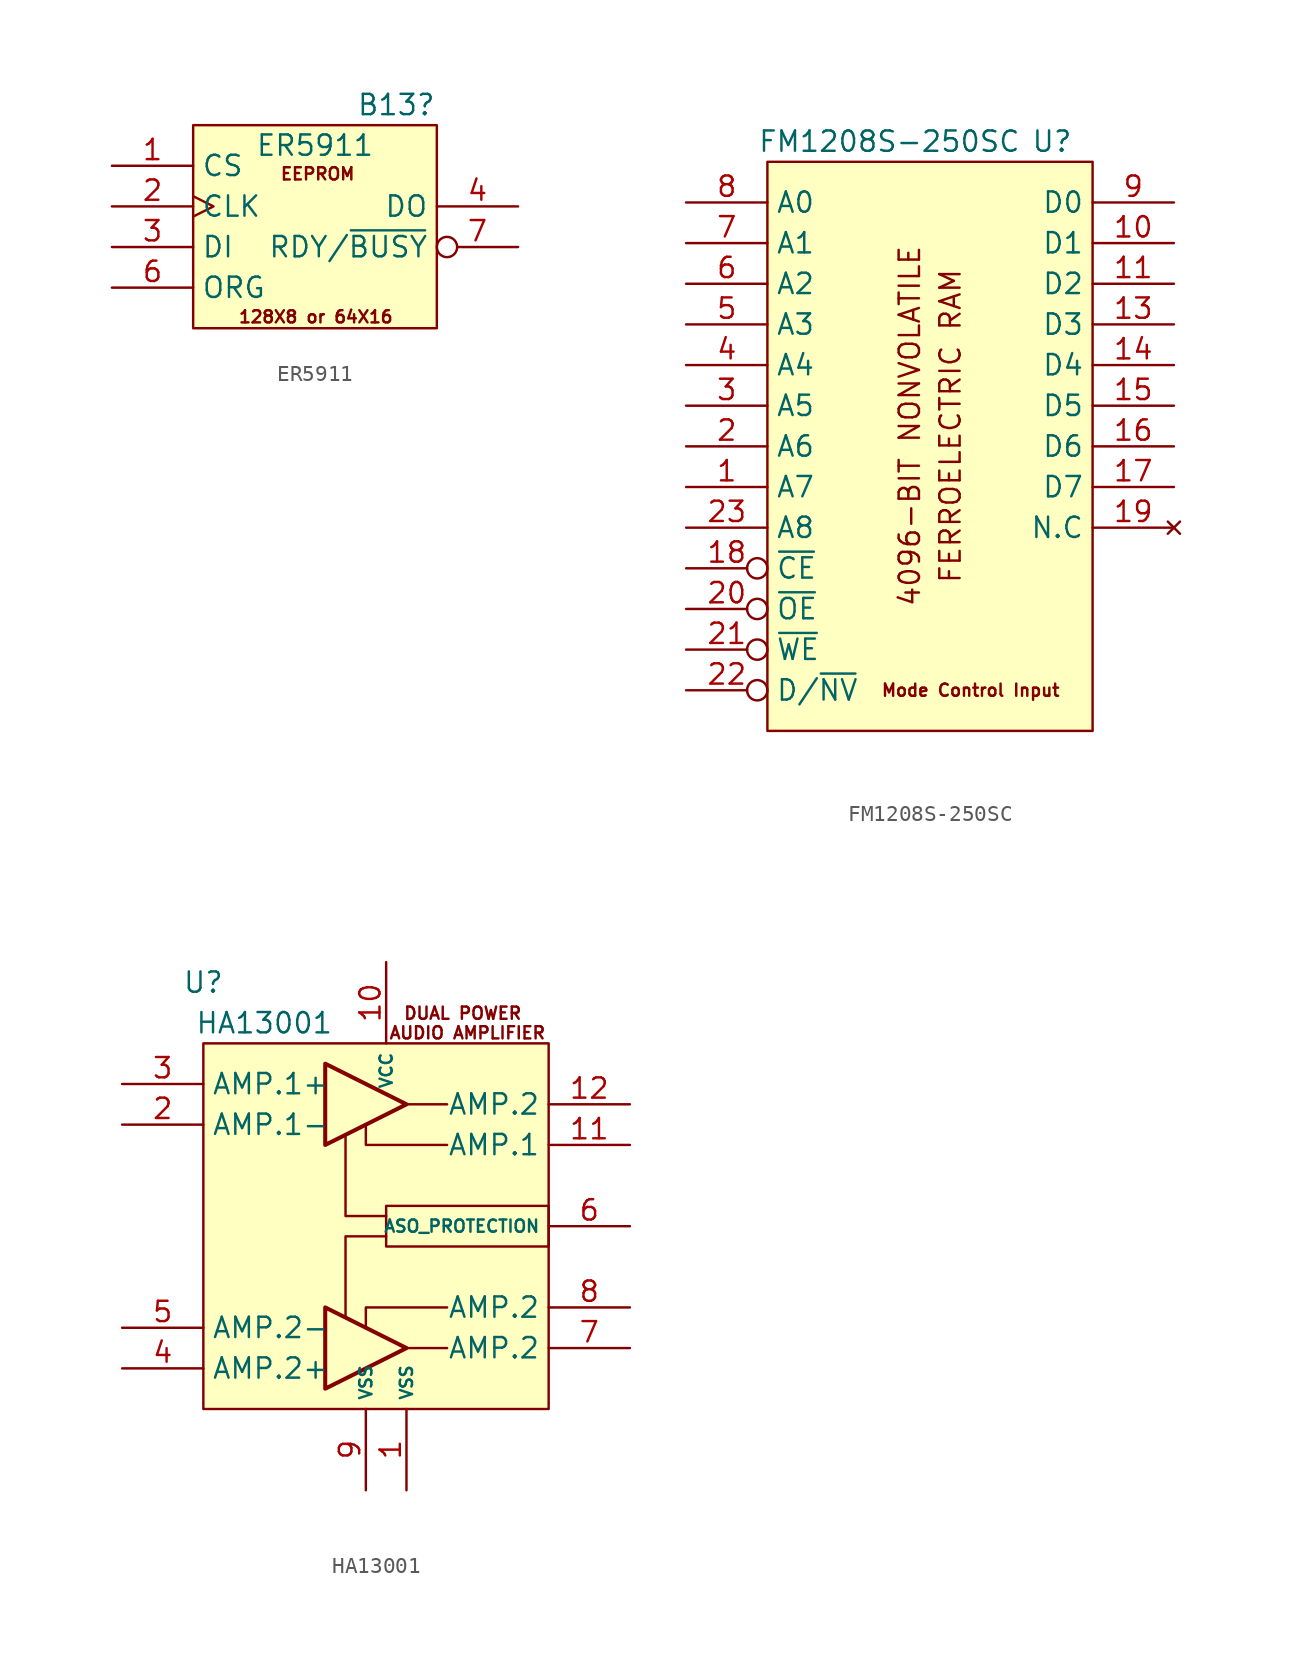
<source format=kicad_sym>
(kicad_symbol_lib
  (version 20231120)
  (generator "kicad_symbol_editor")
  (generator_version "8.0")
  (symbol "ER5911"
    (property "Reference" "B13"
      (at 5.08 7.62 0)
      (effects (font (size 1.27 1.27))))
    (property "Value" "ER5911"
      (at 0 5.08 0)
      (effects (font (size 1.27 1.27))))
    (symbol "ER5911_0_0"
      (text "128X8 or 64X16" (at 0.051 -5.639 0) (effects (font (size 0.762 0.762))))
      (text "EEPROM " (at 0.457 3.302 0) (effects (font (size 0.762 0.762)))))
    (symbol "ER5911_0_1"
      (rectangle (start -7.62 6.35) (end 7.62 -6.35) (stroke (width 0.152) (type default)) (fill (type background))))
    (symbol "ER5911_1_1"
      (pin input line (at -12.7 3.81 0) (length 5.08) (name "CS" (effects (font (size 1.27 1.27)))) (number "1" (effects (font (size 1.27 1.27)))))
      (pin input clock (at -12.7 1.27 0) (length 5.08) (name "CLK" (effects (font (size 1.27 1.27)))) (number "2" (effects (font (size 1.27 1.27)))))
      (pin input line (at -12.7 -1.27 0) (length 5.08) (name "DI" (effects (font (size 1.27 1.27)))) (number "3" (effects (font (size 1.27 1.27)))))
      (pin tri_state line (at 12.7 1.27 180) (length 5.08) (name "DO" (effects (font (size 1.27 1.27)))) (number "4" (effects (font (size 1.27 1.27)))))
      (pin power_in line (at 0 -6.35 90) (length 5.08) hide (name "VSS" (effects (font (size 1.27 1.27)))) (number "5" (effects (font (size 1.27 1.27)))))
      (pin input line (at -12.7 -3.81 0) (length 5.08) (name "ORG" (effects (font (size 1.27 1.27)))) (number "6" (effects (font (size 1.27 1.27)))))
      (pin output inverted (at 12.7 -1.27 180) (length 5.08) (name "RDY/~{BUSY}" (effects (font (size 1.27 1.27)))) (number "7" (effects (font (size 1.27 1.27)))))
      (pin power_in line (at 0 6.35 270) (length 5.08) hide (name "VCC" (effects (font (size 1.27 1.27)))) (number "8" (effects (font (size 1.27 1.27)))))))
  (symbol "FM1208S-250SC"
    (property "Reference" "U"
      (at 7.62 19.05 0)
      (effects (font (size 1.27 1.27))))
    (property "Value" "FM1208S-250SC"
      (at -2.54 19.05 0)
      (effects (font (size 1.27 1.27))))
    (symbol "FM1208S-250SC_0_0"
      (rectangle (start -10.16 17.78) (end 10.16 -17.78) (stroke (width 0.152) (type default)) (fill (type background)))
      (text "4096-BIT NONVOLATILE" (at -1.27 1.27 900) (effects (font (size 1.27 1.27))))
      (text "FERROELECTRIC RAM" (at 1.27 1.27 900) (effects (font (size 1.27 1.27))))
      (text "Mode Control Input" (at 2.54 -15.24 0) (effects (font (size 0.762 0.762)))))
    (symbol "FM1208S-250SC_1_1"
      (pin input line (at -15.24 -2.54 0) (length 5.08) (name "A7" (effects (font (size 1.27 1.27)))) (number "1" (effects (font (size 1.27 1.27)))))
      (pin tri_state line (at 15.24 12.7 180) (length 5.08) (name "D1" (effects (font (size 1.27 1.27)))) (number "10" (effects (font (size 1.27 1.27)))))
      (pin tri_state line (at 15.24 10.16 180) (length 5.08) (name "D2" (effects (font (size 1.27 1.27)))) (number "11" (effects (font (size 1.27 1.27)))))
      (pin power_in line (at 0 -17.78 90) (length 5.08) hide (name "VSS" (effects (font (size 1.27 1.27)))) (number "12" (effects (font (size 1.27 1.27)))))
      (pin tri_state line (at 15.24 7.62 180) (length 5.08) (name "D3" (effects (font (size 1.27 1.27)))) (number "13" (effects (font (size 1.27 1.27)))))
      (pin tri_state line (at 15.24 5.08 180) (length 5.08) (name "D4" (effects (font (size 1.27 1.27)))) (number "14" (effects (font (size 1.27 1.27)))))
      (pin tri_state line (at 15.24 2.54 180) (length 5.08) (name "D5" (effects (font (size 1.27 1.27)))) (number "15" (effects (font (size 1.27 1.27)))))
      (pin tri_state line (at 15.24 0 180) (length 5.08) (name "D6" (effects (font (size 1.27 1.27)))) (number "16" (effects (font (size 1.27 1.27)))))
      (pin tri_state line (at 15.24 -2.54 180) (length 5.08) (name "D7" (effects (font (size 1.27 1.27)))) (number "17" (effects (font (size 1.27 1.27)))))
      (pin input inverted (at -15.24 -7.62 0) (length 5.08) (name "~{CE}" (effects (font (size 1.27 1.27)))) (number "18" (effects (font (size 1.27 1.27)))))
      (pin no_connect line (at 15.24 -5.08 180) (length 5.08) (name "N.C" (effects (font (size 1.27 1.27)))) (number "19" (effects (font (size 1.27 1.27)))))
      (pin input line (at -15.24 0 0) (length 5.08) (name "A6" (effects (font (size 1.27 1.27)))) (number "2" (effects (font (size 1.27 1.27)))))
      (pin input inverted (at -15.24 -10.16 0) (length 5.08) (name "~{OE}" (effects (font (size 1.27 1.27)))) (number "20" (effects (font (size 1.27 1.27)))))
      (pin input inverted (at -15.24 -12.7 0) (length 5.08) (name "~{WE}" (effects (font (size 1.27 1.27)))) (number "21" (effects (font (size 1.27 1.27)))))
      (pin input inverted (at -15.24 -15.24 0) (length 5.08) (name "D/~{NV}" (effects (font (size 1.27 1.27)))) (number "22" (effects (font (size 1.27 1.27)))))
      (pin input line (at -15.24 -5.08 0) (length 5.08) (name "A8" (effects (font (size 1.27 1.27)))) (number "23" (effects (font (size 1.27 1.27)))))
      (pin power_in line (at 0 17.78 270) (length 5.08) hide (name "VCC" (effects (font (size 1.27 1.27)))) (number "24" (effects (font (size 1.27 1.27)))))
      (pin input line (at -15.24 2.54 0) (length 5.08) (name "A5" (effects (font (size 1.27 1.27)))) (number "3" (effects (font (size 1.27 1.27)))))
      (pin input line (at -15.24 5.08 0) (length 5.08) (name "A4" (effects (font (size 1.27 1.27)))) (number "4" (effects (font (size 1.27 1.27)))))
      (pin input line (at -15.24 7.62 0) (length 5.08) (name "A3" (effects (font (size 1.27 1.27)))) (number "5" (effects (font (size 1.27 1.27)))))
      (pin input line (at -15.24 10.16 0) (length 5.08) (name "A2" (effects (font (size 1.27 1.27)))) (number "6" (effects (font (size 1.27 1.27)))))
      (pin input line (at -15.24 12.7 0) (length 5.08) (name "A1" (effects (font (size 1.27 1.27)))) (number "7" (effects (font (size 1.27 1.27)))))
      (pin input line (at -15.24 15.24 0) (length 5.08) (name "A0" (effects (font (size 1.27 1.27)))) (number "8" (effects (font (size 1.27 1.27)))))
      (pin tri_state line (at 15.24 15.24 180) (length 5.08) (name "D0" (effects (font (size 1.27 1.27)))) (number "9" (effects (font (size 1.27 1.27)))))))
  (symbol "HA13001"
    (property "Reference" "U"
      (at -11.43 15.24 0)
      (effects (font (size 1.27 1.27))))
    (property "Value" "HA13001"
      (at -7.62 12.7 0)
      (effects (font (size 1.27 1.27))))
    (symbol "HA13001_0_1"
      (polyline (pts (xy 1.27 -7.62) (xy 3.81 -7.62)) (stroke (width 0) (type default)) (fill (type none)))
      (polyline (pts (xy 1.27 7.62) (xy 3.81 7.62)) (stroke (width 0) (type default)) (fill (type none)))
      (polyline (pts (xy 0 -0.635) (xy -2.54 -0.635) (xy -2.54 -5.715)) (stroke (width 0) (type default)) (fill (type none)))
      (polyline (pts (xy 0 0.635) (xy -2.54 0.635) (xy -2.54 5.715)) (stroke (width 0) (type default)) (fill (type none)))
      (polyline (pts (xy 3.81 -5.08) (xy -1.27 -5.08) (xy -1.27 -6.35)) (stroke (width 0) (type default)) (fill (type none)))
      (polyline (pts (xy 3.81 5.08) (xy -1.27 5.08) (xy -1.27 6.35)) (stroke (width 0) (type default)) (fill (type none)))
      (rectangle (start 0 1.27) (end 10.16 -1.27) (stroke (width 0) (type default)) (fill (type none))))
    (symbol "HA13001_1_1"
      (rectangle (start -11.43 11.43) (end 10.16 -11.43) (stroke (width 0) (type default)) (fill (type background)))
      (polyline (pts (xy -3.81 -5.08) (xy 1.27 -7.62) (xy -3.81 -10.16) (xy -3.81 -5.08)) (stroke (width 0.254) (type default)) (fill (type background)))
      (polyline (pts (xy -3.81 10.16) (xy 1.27 7.62) (xy -3.81 5.08) (xy -3.81 10.16)) (stroke (width 0.254) (type default)) (fill (type background)))
      (text "DUAL POWER \nAUDIO AMPLIFIER" (at 5.08 12.7 0) (effects (font (size 0.762 0.762))))
      (pin power_in line (at 1.27 -16.51 90) (length 5.08) (name "VSS" (effects (font (size 0.762 0.762)))) (number "1" (effects (font (size 1.27 1.27)))))
      (pin power_in line (at 0 16.51 270) (length 5.08) (name "VCC" (effects (font (size 0.762 0.762)))) (number "10" (effects (font (size 1.27 1.27)))))
      (pin passive line (at 15.24 5.08 180) (length 5.08) (name "AMP.1" (effects (font (size 1.27 1.27)))) (number "11" (effects (font (size 1.27 1.27)))))
      (pin output line (at 15.24 7.62 180) (length 5.08) (name "AMP.2" (effects (font (size 1.27 1.27)))) (number "12" (effects (font (size 1.27 1.27)))))
      (pin input line (at -16.51 6.35 0) (length 5.08) (name "AMP.1-" (effects (font (size 1.27 1.27)))) (number "2" (effects (font (size 1.27 1.27)))))
      (pin input line (at -16.51 8.89 0) (length 5.08) (name "AMP.1+" (effects (font (size 1.27 1.27)))) (number "3" (effects (font (size 1.27 1.27)))))
      (pin input line (at -16.51 -8.89 0) (length 5.08) (name "AMP.2+" (effects (font (size 1.27 1.27)))) (number "4" (effects (font (size 1.27 1.27)))))
      (pin input line (at -16.51 -6.35 0) (length 5.08) (name "AMP.2-" (effects (font (size 1.27 1.27)))) (number "5" (effects (font (size 1.27 1.27)))))
      (pin output line (at 15.24 0 180) (length 5.08) (name "ASO_PROTECTION" (effects (font (size 0.762 0.762)))) (number "6" (effects (font (size 1.27 1.27)))))
      (pin output line (at 15.24 -7.62 180) (length 5.08) (name "AMP.2" (effects (font (size 1.27 1.27)))) (number "7" (effects (font (size 1.27 1.27)))))
      (pin passive line (at 15.24 -5.08 180) (length 5.08) (name "AMP.2" (effects (font (size 1.27 1.27)))) (number "8" (effects (font (size 1.27 1.27)))))
      (pin power_in line (at -1.27 -16.51 90) (length 5.08) (name "VSS" (effects (font (size 0.762 0.762)))) (number "9" (effects (font (size 1.27 1.27))))))))
</source>
